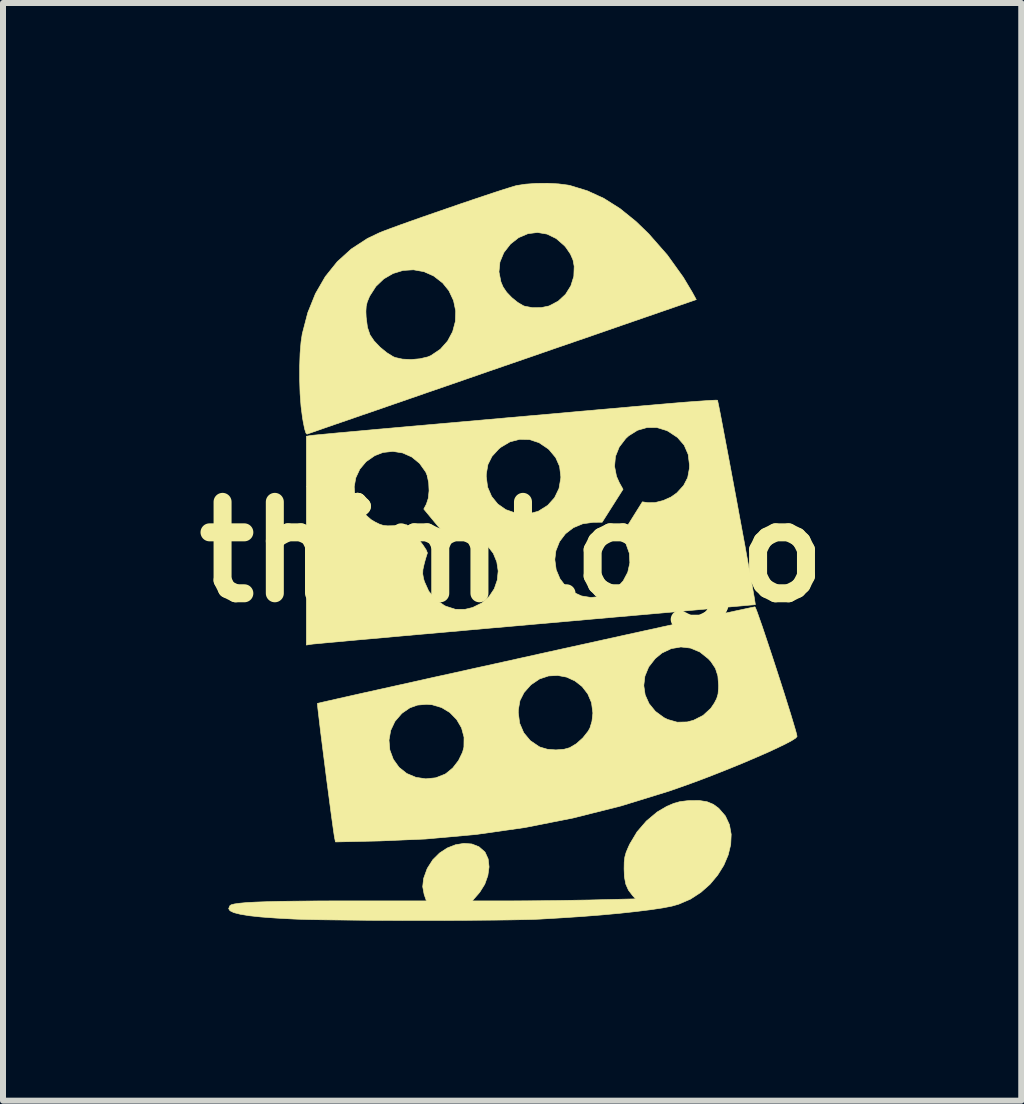
<source format=kicad_pcb>
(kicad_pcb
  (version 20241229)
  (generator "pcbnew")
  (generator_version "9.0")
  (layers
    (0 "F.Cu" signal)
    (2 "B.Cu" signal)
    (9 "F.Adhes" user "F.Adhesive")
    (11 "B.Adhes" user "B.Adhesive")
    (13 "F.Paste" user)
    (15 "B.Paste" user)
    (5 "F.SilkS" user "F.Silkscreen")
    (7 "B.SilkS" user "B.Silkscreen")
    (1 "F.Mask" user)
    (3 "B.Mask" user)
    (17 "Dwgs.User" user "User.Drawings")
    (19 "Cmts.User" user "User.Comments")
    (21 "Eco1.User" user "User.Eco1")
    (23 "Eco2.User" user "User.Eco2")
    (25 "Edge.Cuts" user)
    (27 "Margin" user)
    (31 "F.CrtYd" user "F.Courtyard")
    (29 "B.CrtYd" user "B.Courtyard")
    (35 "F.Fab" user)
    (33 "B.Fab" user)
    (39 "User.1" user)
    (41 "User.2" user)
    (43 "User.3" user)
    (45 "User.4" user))
  (footprint "thimLogo"
    (layer "F.Cu")
    (at 5.486 6.15)
    (property "Reference" "thimLogo" (at 0 0 0) (layer "F.SilkS") (effects (font (size 1.524 1.524) (thickness 0.3))))
    (attr through_hole)
    (fp_poly (pts (xy 3.25 4.164) (xy 3.354 4.207) (xy 3.445 4.274) (xy 3.555 4.401) (xy 3.623 4.547) (xy 3.652 4.708) (xy 3.644 4.878) (xy 3.602 5.051) (xy 3.529 5.223) (xy 3.426 5.388) (xy 3.298 5.541) (xy 3.145 5.676) (xy 2.972 5.788) (xy 2.779 5.871) (xy 2.664 5.904) (xy 2.509 5.934) (xy 2.308 5.964) (xy 2.066 5.994) (xy 1.789 6.024) (xy 1.482 6.052) (xy 1.149 6.078) (xy 0.796 6.101) (xy 0.457 6.121) (xy 0.33 6.126) (xy 0.159 6.13) (xy -0.052 6.134) (xy -0.295 6.137) (xy -0.565 6.139) (xy -0.855 6.141) (xy -1.161 6.142) (xy -1.474 6.142) (xy -1.791 6.142) (xy -2.104 6.141) (xy -2.407 6.14) (xy -2.695 6.137) (xy -2.961 6.134) (xy -3.2 6.131) (xy -3.406 6.127) (xy -3.571 6.122) (xy -3.645 6.119) (xy -3.939 6.103) (xy -4.184 6.085) (xy -4.381 6.064) (xy -4.532 6.039) (xy -4.639 6.012) (xy -4.702 5.981) (xy -4.724 5.947) (xy -4.724 5.945) (xy -4.705 5.898) (xy -4.683 5.882) (xy -4.629 5.868) (xy -4.544 5.856) (xy -4.427 5.845) (xy -4.274 5.837) (xy -4.083 5.83) (xy -3.852 5.824) (xy -3.578 5.821) (xy -3.258 5.818) (xy -2.891 5.817) (xy -2.803 5.817) (xy -1.428 5.817) (xy -1.466 5.709) (xy -1.49 5.58) (xy -1.475 5.443) (xy -1.419 5.288) (xy -1.408 5.266) (xy -1.321 5.13) (xy -1.209 5.019) (xy -1.081 4.935) (xy -0.943 4.881) (xy -0.803 4.858) (xy -0.671 4.868) (xy -0.553 4.914) (xy -0.457 4.998) (xy -0.449 5.008) (xy -0.399 5.118) (xy -0.384 5.25) (xy -0.404 5.394) (xy -0.455 5.538) (xy -0.538 5.671) (xy -0.562 5.7) (xy -0.665 5.817) (xy 0.006 5.817) (xy 0.235 5.816) (xy 0.496 5.814) (xy 0.771 5.811) (xy 1.041 5.806) (xy 1.287 5.802) (xy 1.368 5.8) (xy 2.059 5.783) (xy 2.01 5.73) (xy 1.939 5.637) (xy 1.895 5.537) (xy 1.872 5.415) (xy 1.867 5.283) (xy 1.869 5.17) (xy 1.879 5.086) (xy 1.901 5.007) (xy 1.94 4.915) (xy 1.962 4.868) (xy 2.082 4.667) (xy 2.238 4.486) (xy 2.418 4.335) (xy 2.578 4.241) (xy 2.693 4.192) (xy 2.795 4.163) (xy 2.913 4.148) (xy 2.962 4.145) (xy 3.123 4.144) (xy 3.25 4.164)) (stroke (width 0.01) (type solid)) (fill yes) (layer "F.SilkS"))
    (fp_poly (pts (xy 0.774 -6.135) (xy 0.93 -6.115) (xy 0.965 -6.108) (xy 1.253 -6.02) (xy 1.53 -5.893) (xy 1.799 -5.723) (xy 2.065 -5.508) (xy 2.276 -5.304) (xy 2.587 -4.95) (xy 2.854 -4.578) (xy 3.001 -4.332) (xy 3.07 -4.206) (xy 1.833 -3.779) (xy 1.603 -3.699) (xy 1.332 -3.605) (xy 1.027 -3.5) (xy 0.695 -3.386) (xy 0.344 -3.264) (xy -0.019 -3.139) (xy -0.388 -3.012) (xy -0.754 -2.885) (xy -1.112 -2.761) (xy -1.397 -2.663) (xy -1.703 -2.557) (xy -1.995 -2.456) (xy -2.269 -2.361) (xy -2.523 -2.274) (xy -2.753 -2.194) (xy -2.955 -2.125) (xy -3.125 -2.066) (xy -3.259 -2.019) (xy -3.355 -1.986) (xy -3.409 -1.967) (xy -3.419 -1.963) (xy -3.437 -1.983) (xy -3.458 -2.05) (xy -3.481 -2.164) (xy -3.494 -2.24) (xy -3.518 -2.426) (xy -3.534 -2.639) (xy -3.541 -2.866) (xy -3.541 -3.094) (xy -3.534 -3.31) (xy -3.518 -3.499) (xy -3.498 -3.634) (xy -3.406 -3.987) (xy -3.397 -4.009) (xy -2.437 -4.009) (xy -2.433 -3.915) (xy -2.411 -3.743) (xy -2.368 -3.617) (xy -2.3 -3.517) (xy -2.202 -3.414) (xy -2.09 -3.322) (xy -1.982 -3.255) (xy -1.949 -3.241) (xy -1.828 -3.214) (xy -1.683 -3.207) (xy -1.536 -3.22) (xy -1.405 -3.251) (xy -1.353 -3.273) (xy -1.196 -3.379) (xy -1.075 -3.515) (xy -0.991 -3.672) (xy -0.946 -3.841) (xy -0.94 -4.017) (xy -0.976 -4.19) (xy -1.053 -4.354) (xy -1.157 -4.483) (xy -1.306 -4.599) (xy -1.46 -4.668) (xy -0.219 -4.668) (xy -0.186 -4.501) (xy -0.15 -4.416) (xy -0.091 -4.329) (xy -0.005 -4.239) (xy 0.093 -4.16) (xy 0.185 -4.105) (xy 0.209 -4.096) (xy 0.342 -4.071) (xy 0.487 -4.073) (xy 0.616 -4.1) (xy 0.768 -4.18) (xy 0.891 -4.294) (xy 0.979 -4.435) (xy 1.029 -4.594) (xy 1.035 -4.761) (xy 1.016 -4.865) (xy 0.972 -4.966) (xy 0.899 -5.073) (xy 0.873 -5.104) (xy 0.735 -5.224) (xy 0.583 -5.298) (xy 0.424 -5.325) (xy 0.264 -5.305) (xy 0.109 -5.239) (xy -0.027 -5.132) (xy -0.138 -4.989) (xy -0.203 -4.832) (xy -0.219 -4.668) (xy -1.46 -4.668) (xy -1.471 -4.672) (xy -1.644 -4.703) (xy -1.818 -4.692) (xy -1.985 -4.641) (xy -2.138 -4.552) (xy -2.27 -4.426) (xy -2.374 -4.264) (xy -2.381 -4.248) (xy -2.415 -4.166) (xy -2.432 -4.093) (xy -2.437 -4.009) (xy -3.397 -4.009) (xy -3.278 -4.305) (xy -3.114 -4.589) (xy -2.914 -4.838) (xy -2.681 -5.049) (xy -2.413 -5.224) (xy -2.212 -5.32) (xy -2.132 -5.352) (xy -2.014 -5.396) (xy -1.864 -5.451) (xy -1.687 -5.514) (xy -1.492 -5.583) (xy -1.284 -5.655) (xy -1.07 -5.729) (xy -0.856 -5.803) (xy -0.649 -5.873) (xy -0.455 -5.938) (xy -0.281 -5.996) (xy -0.133 -6.044) (xy -0.017 -6.08) (xy 0.059 -6.103) (xy 0.074 -6.107) (xy 0.223 -6.13) (xy 0.402 -6.143) (xy 0.592 -6.145) (xy 0.774 -6.135)) (stroke (width 0.01) (type solid)) (fill yes) (layer "F.SilkS"))
    (fp_poly (pts (xy 4.06 0.938) (xy 4.086 1.004) (xy 4.122 1.107) (xy 4.169 1.24) (xy 4.222 1.398) (xy 4.281 1.575) (xy 4.344 1.765) (xy 4.408 1.961) (xy 4.472 2.159) (xy 4.534 2.352) (xy 4.591 2.534) (xy 4.643 2.7) (xy 4.686 2.843) (xy 4.72 2.957) (xy 4.742 3.036) (xy 4.75 3.076) (xy 4.75 3.076) (xy 4.727 3.103) (xy 4.661 3.145) (xy 4.558 3.2) (xy 4.422 3.266) (xy 4.258 3.342) (xy 4.072 3.423) (xy 3.869 3.51) (xy 3.652 3.599) (xy 3.429 3.688) (xy 3.203 3.776) (xy 2.979 3.859) (xy 2.763 3.936) (xy 2.616 3.987) (xy 1.816 4.234) (xy 1.017 4.435) (xy 0.214 4.594) (xy -0.602 4.71) (xy -1.437 4.785) (xy -2.215 4.818) (xy -2.944 4.834) (xy -2.957 4.773) (xy -2.965 4.727) (xy -2.978 4.639) (xy -2.995 4.516) (xy -3.016 4.364) (xy -3.039 4.189) (xy -3.064 3.998) (xy -3.091 3.796) (xy -3.117 3.589) (xy -3.143 3.385) (xy -3.168 3.188) (xy -3.174 3.137) (xy -2.052 3.137) (xy -2.038 3.301) (xy -1.98 3.457) (xy -1.884 3.591) (xy -1.756 3.693) (xy -1.604 3.757) (xy -1.439 3.782) (xy -1.274 3.765) (xy -1.12 3.705) (xy -1.102 3.694) (xy -0.989 3.601) (xy -0.893 3.477) (xy -0.826 3.339) (xy -0.803 3.253) (xy -0.801 3.088) (xy -0.843 2.932) (xy -0.924 2.794) (xy -1.035 2.68) (xy 0.103 2.68) (xy 0.126 2.856) (xy 0.194 3.014) (xy 0.303 3.145) (xy 0.448 3.244) (xy 0.469 3.254) (xy 0.588 3.289) (xy 0.729 3.3) (xy 0.867 3.289) (xy 0.96 3.263) (xy 1.071 3.197) (xy 1.18 3.099) (xy 1.268 2.988) (xy 1.298 2.934) (xy 1.331 2.824) (xy 1.346 2.692) (xy 1.346 2.681) (xy 1.324 2.513) (xy 1.262 2.367) (xy 1.168 2.245) (xy 1.146 2.227) (xy 2.195 2.227) (xy 2.218 2.383) (xy 2.283 2.528) (xy 2.388 2.657) (xy 2.531 2.762) (xy 2.591 2.792) (xy 2.752 2.838) (xy 2.919 2.834) (xy 3.024 2.806) (xy 3.184 2.725) (xy 3.312 2.607) (xy 3.371 2.52) (xy 3.411 2.442) (xy 3.433 2.368) (xy 3.441 2.275) (xy 3.442 2.223) (xy 3.43 2.066) (xy 3.389 1.94) (xy 3.313 1.826) (xy 3.27 1.78) (xy 3.13 1.668) (xy 2.975 1.603) (xy 2.813 1.584) (xy 2.652 1.612) (xy 2.498 1.685) (xy 2.386 1.777) (xy 2.277 1.917) (xy 2.214 2.07) (xy 2.195 2.227) (xy 1.146 2.227) (xy 1.048 2.151) (xy 0.91 2.087) (xy 0.761 2.059) (xy 0.608 2.067) (xy 0.458 2.117) (xy 0.319 2.211) (xy 0.311 2.218) (xy 0.199 2.344) (xy 0.131 2.478) (xy 0.104 2.633) (xy 0.103 2.68) (xy -1.035 2.68) (xy -1.036 2.678) (xy -1.175 2.594) (xy -1.334 2.547) (xy -1.426 2.54) (xy -1.577 2.553) (xy -1.703 2.598) (xy -1.824 2.681) (xy -1.841 2.695) (xy -1.953 2.825) (xy -2.024 2.976) (xy -2.052 3.137) (xy -3.174 3.137) (xy -3.191 3.006) (xy -3.21 2.845) (xy -3.226 2.709) (xy -3.238 2.607) (xy -3.244 2.544) (xy -3.245 2.525) (xy -3.219 2.519) (xy -3.148 2.502) (xy -3.033 2.476) (xy -2.879 2.441) (xy -2.688 2.398) (xy -2.465 2.348) (xy -2.212 2.292) (xy -1.933 2.23) (xy -1.631 2.163) (xy -1.31 2.091) (xy -0.972 2.017) (xy -0.622 1.939) (xy -0.262 1.86) (xy 0.103 1.779) (xy 0.472 1.697) (xy 0.839 1.616) (xy 1.203 1.536) (xy 1.56 1.457) (xy 1.905 1.381) (xy 2.237 1.308) (xy 2.551 1.239) (xy 2.845 1.175) (xy 3.115 1.116) (xy 3.357 1.063) (xy 3.568 1.017) (xy 3.745 0.979) (xy 3.885 0.949) (xy 3.983 0.928) (xy 4.038 0.917) (xy 4.048 0.915) (xy 4.06 0.938)) (stroke (width 0.01) (type solid)) (fill yes) (layer "F.SilkS"))
    (fp_poly (pts (xy 3.424 -2.528) (xy 3.43 -2.502) (xy 3.445 -2.431) (xy 3.467 -2.32) (xy 3.495 -2.174) (xy 3.528 -1.999) (xy 3.566 -1.798) (xy 3.608 -1.576) (xy 3.652 -1.34) (xy 3.698 -1.094) (xy 3.745 -0.842) (xy 3.791 -0.59) (xy 3.837 -0.342) (xy 3.881 -0.105) (xy 3.921 0.119) (xy 3.958 0.323) (xy 3.991 0.502) (xy 4.018 0.653) (xy 4.038 0.768) (xy 4.05 0.845) (xy 4.055 0.878) (xy 4.055 0.878) (xy 4.03 0.881) (xy 3.957 0.887) (xy 3.839 0.898) (xy 3.678 0.912) (xy 3.479 0.93) (xy 3.243 0.951) (xy 2.973 0.975) (xy 2.673 1.002) (xy 2.344 1.031) (xy 1.991 1.062) (xy 1.615 1.095) (xy 1.219 1.13) (xy 0.806 1.167) (xy 0.394 1.203) (xy -0.034 1.241) (xy -0.448 1.277) (xy -0.847 1.313) (xy -1.227 1.347) (xy -1.584 1.378) (xy -1.918 1.408) (xy -2.223 1.436) (xy -2.498 1.46) (xy -2.74 1.482) (xy -2.946 1.501) (xy -3.112 1.516) (xy -3.236 1.528) (xy -3.316 1.535) (xy -3.346 1.539) (xy -3.429 1.552) (xy -3.429 -1.086) (xy -2.632 -1.086) (xy -2.62 -0.932) (xy -2.569 -0.785) (xy -2.479 -0.651) (xy -2.35 -0.538) (xy -2.286 -0.5) (xy -2.209 -0.462) (xy -2.146 -0.442) (xy -2.077 -0.435) (xy -1.982 -0.437) (xy -1.951 -0.439) (xy -1.755 -0.452) (xy -1.576 -0.232) (xy -1.487 -0.118) (xy -1.432 -0.034) (xy -1.412 0.016) (xy -1.414 0.025) (xy -1.429 0.07) (xy -1.451 0.145) (xy -1.467 0.206) (xy -1.487 0.296) (xy -1.49 0.365) (xy -1.477 0.441) (xy -1.462 0.493) (xy -1.39 0.653) (xy -1.277 0.789) (xy -1.131 0.892) (xy -1.105 0.905) (xy -0.946 0.956) (xy -0.785 0.957) (xy -0.657 0.926) (xy -0.503 0.85) (xy -0.383 0.743) (xy -0.297 0.614) (xy -0.247 0.469) (xy -0.232 0.318) (xy -0.255 0.166) (xy -0.271 0.127) (xy 0.712 0.127) (xy 0.735 0.297) (xy 0.798 0.447) (xy 0.894 0.573) (xy 1.016 0.67) (xy 1.158 0.734) (xy 1.313 0.759) (xy 1.473 0.742) (xy 1.587 0.701) (xy 1.738 0.606) (xy 1.852 0.482) (xy 1.928 0.339) (xy 1.963 0.182) (xy 1.954 0.021) (xy 1.898 -0.137) (xy 1.892 -0.149) (xy 1.823 -0.275) (xy 1.997 -0.555) (xy 2.172 -0.835) (xy 2.264 -0.821) (xy 2.384 -0.823) (xy 2.519 -0.857) (xy 2.649 -0.915) (xy 2.746 -0.984) (xy 2.859 -1.107) (xy 2.927 -1.239) (xy 2.955 -1.391) (xy 2.957 -1.448) (xy 2.935 -1.626) (xy 2.868 -1.78) (xy 2.757 -1.908) (xy 2.603 -2.01) (xy 2.578 -2.023) (xy 2.415 -2.073) (xy 2.251 -2.074) (xy 2.091 -2.028) (xy 1.944 -1.936) (xy 1.894 -1.89) (xy 1.786 -1.749) (xy 1.723 -1.592) (xy 1.708 -1.427) (xy 1.74 -1.261) (xy 1.787 -1.155) (xy 1.849 -1.044) (xy 1.501 -0.495) (xy 1.354 -0.494) (xy 1.177 -0.469) (xy 1.021 -0.404) (xy 0.89 -0.303) (xy 0.791 -0.173) (xy 0.73 -0.019) (xy 0.712 0.127) (xy -0.271 0.127) (xy -0.314 0.023) (xy -0.412 -0.104) (xy -0.548 -0.207) (xy -0.56 -0.214) (xy -0.703 -0.269) (xy -0.859 -0.291) (xy -1.007 -0.277) (xy -1.021 -0.273) (xy -1.053 -0.267) (xy -1.083 -0.275) (xy -1.12 -0.301) (xy -1.169 -0.352) (xy -1.239 -0.434) (xy -1.281 -0.484) (xy -1.472 -0.715) (xy -1.429 -0.796) (xy -1.397 -0.894) (xy -1.384 -1.019) (xy -1.39 -1.152) (xy -1.412 -1.257) (xy -0.431 -1.257) (xy -0.408 -1.08) (xy -0.342 -0.926) (xy -0.239 -0.799) (xy -0.105 -0.705) (xy 0.056 -0.649) (xy 0.191 -0.636) (xy 0.323 -0.647) (xy 0.436 -0.678) (xy 0.445 -0.683) (xy 0.594 -0.777) (xy 0.708 -0.904) (xy 0.782 -1.058) (xy 0.812 -1.233) (xy 0.812 -1.256) (xy 0.792 -1.425) (xy 0.727 -1.572) (xy 0.616 -1.705) (xy 0.596 -1.722) (xy 0.449 -1.821) (xy 0.29 -1.873) (xy 0.126 -1.877) (xy -0.035 -1.835) (xy -0.187 -1.745) (xy -0.221 -1.717) (xy -0.335 -1.593) (xy -0.403 -1.457) (xy -0.43 -1.299) (xy -0.431 -1.257) (xy -1.412 -1.257) (xy -1.415 -1.273) (xy -1.44 -1.333) (xy -1.542 -1.476) (xy -1.673 -1.583) (xy -1.824 -1.65) (xy -1.986 -1.676) (xy -2.152 -1.658) (xy -2.289 -1.605) (xy -2.433 -1.505) (xy -2.538 -1.38) (xy -2.605 -1.237) (xy -2.632 -1.086) (xy -3.429 -1.086) (xy -3.429 -1.928) (xy -3.346 -1.942) (xy -3.309 -1.946) (xy -3.225 -1.954) (xy -3.098 -1.966) (xy -2.932 -1.982) (xy -2.73 -2) (xy -2.498 -2.021) (xy -2.238 -2.045) (xy -1.954 -2.07) (xy -1.651 -2.097) (xy -1.331 -2.125) (xy -1.105 -2.145) (xy -0.743 -2.177) (xy -0.369 -2.21) (xy 0.01 -2.244) (xy 0.387 -2.277) (xy 0.754 -2.309) (xy 1.106 -2.341) (xy 1.435 -2.37) (xy 1.735 -2.396) (xy 1.998 -2.42) (xy 2.218 -2.439) (xy 2.23 -2.44) (xy 2.47 -2.461) (xy 2.693 -2.48) (xy 2.896 -2.497) (xy 3.073 -2.51) (xy 3.22 -2.52) (xy 3.33 -2.527) (xy 3.4 -2.53) (xy 3.424 -2.528)) (stroke (width 0.01) (type solid)) (fill yes) (layer "F.SilkS")))
  (gr_rect
    (start -3 -3)
    (end 13.973 15.297)
    (stroke (width 0.1) (type default))
    (fill no)
    (layer "Edge.Cuts")))
</source>
